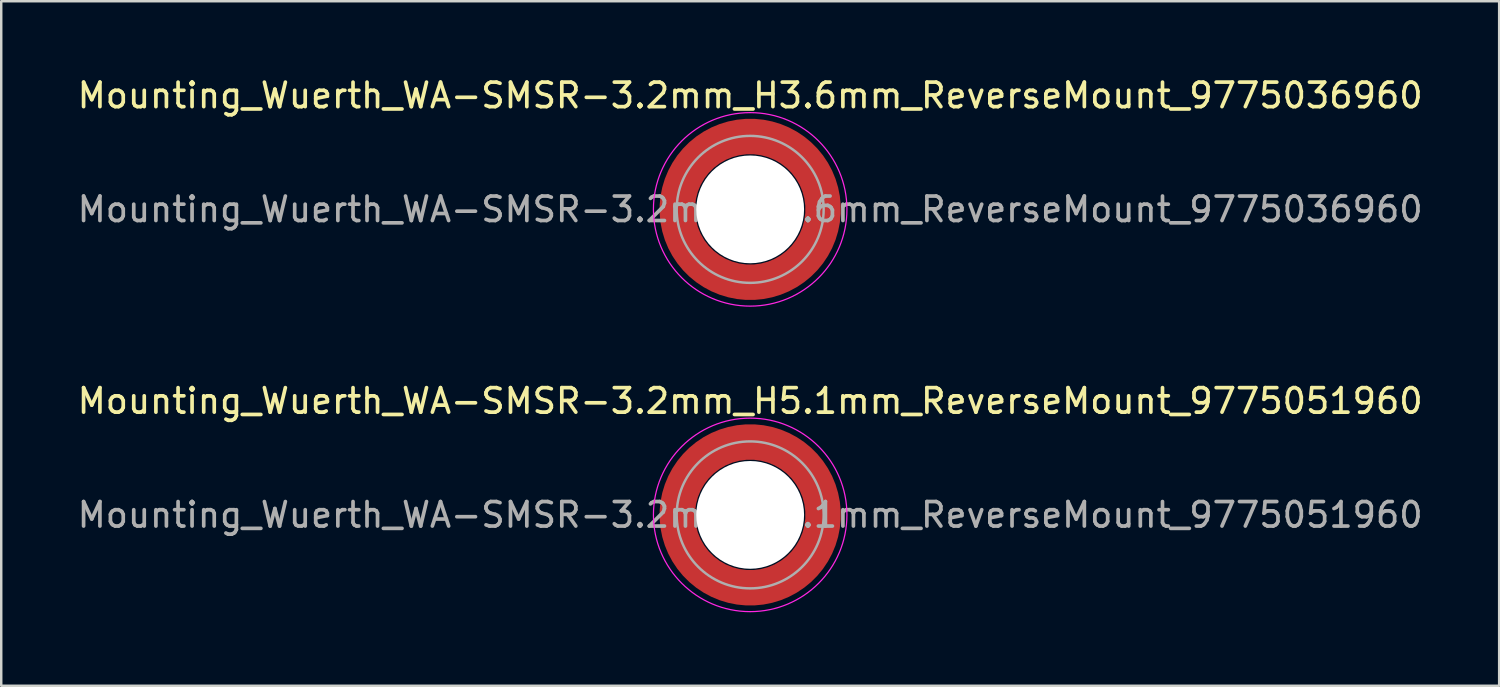
<source format=kicad_pcb>
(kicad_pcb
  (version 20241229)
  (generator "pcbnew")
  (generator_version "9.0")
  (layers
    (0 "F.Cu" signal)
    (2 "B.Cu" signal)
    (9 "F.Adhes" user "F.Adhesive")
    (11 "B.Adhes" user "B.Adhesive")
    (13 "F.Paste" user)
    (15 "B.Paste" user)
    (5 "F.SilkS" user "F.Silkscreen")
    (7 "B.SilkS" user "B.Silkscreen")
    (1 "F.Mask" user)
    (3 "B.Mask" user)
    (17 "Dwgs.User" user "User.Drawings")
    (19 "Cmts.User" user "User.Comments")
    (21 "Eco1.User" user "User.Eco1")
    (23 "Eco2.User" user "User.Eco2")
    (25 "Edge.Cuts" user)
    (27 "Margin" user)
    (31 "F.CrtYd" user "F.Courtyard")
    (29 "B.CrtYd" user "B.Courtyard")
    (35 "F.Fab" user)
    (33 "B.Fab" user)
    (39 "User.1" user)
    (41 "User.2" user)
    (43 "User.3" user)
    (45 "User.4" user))
  (footprint "Mounting_Wuerth_WA-SMSR-3.2mm_H3.6mm_ReverseMount_9775036960"
    (layer "F.Cu")
    (at 27.577 5.498)
    (property "Reference" "Mounting_Wuerth_WA-SMSR-3.2mm_H3.6mm_ReverseMount_9775036960" (at 0 -4.65 0) (layer "F.SilkS") (effects (font (size 1 1) (thickness 0.15))))
    (attr smd allow_soldermask_bridges)
    (fp_circle (center 0 0) (end 3.95 0) (stroke (width 0.05) (type solid)) (fill no) (layer "F.CrtYd"))
    (fp_circle (center 0 0) (end 3 0) (stroke (width 0.1) (type solid)) (fill no) (layer "F.Fab"))
    (fp_text user "${REFERENCE}" (at 0 0 0) (layer "F.Fab") (effects (font (size 1 1) (thickness 0.15))))
    (pad "" smd custom (at -2.095 -2.095) (size 0.672 0.672) (layers "F.Paste") (options (anchor circle)) (primitives (gr_arc (start -0.24231 1.594804) (mid 0.404819 0.404819) (end 1.594804 -0.24231) (width 0.2)) (gr_arc (start -0.3398 1.594804) (mid 0.337349 0.337349) (end 1.594804 -0.3398) (width 0.2)) (gr_arc (start -0.437132 1.594804) (mid 0.269879 0.269879) (end 1.594804 -0.437132) (width 0.2)) (gr_arc (start -0.534324 1.594804) (mid 0.202409 0.202409) (end 1.594804 -0.534324) (width 0.2)) (gr_arc (start -0.631391 1.594804) (mid 0.13494 0.13494) (end 1.594804 -0.631391) (width 0.2)) (gr_arc (start -0.728345 1.594804) (mid 0.06747 0.06747) (end 1.594804 -0.728345) (width 0.2)) (gr_arc (start -0.825197 1.594804) (mid 0 0) (end 1.594804 -0.825197) (width 0.2)) (gr_arc (start -0.921958 1.594804) (mid -0.06747 -0.06747) (end 1.594804 -0.921958) (width 0.2)) (gr_arc (start -1.018637 1.594804) (mid -0.13494 -0.13494) (end 1.594804 -1.018637) (width 0.2)) (gr_arc (start -1.115239 1.594804) (mid -0.202409 -0.202409) (end 1.594804 -1.115239) (width 0.2)) (gr_arc (start -1.211773 1.594804) (mid -0.269879 -0.269879) (end 1.594804 -1.211773) (width 0.2)) (gr_arc (start -1.308244 1.594804) (mid -0.337349 -0.337349) (end 1.594804 -1.308244) (width 0.2)) (gr_arc (start -1.404657 1.594804) (mid -0.404819 -0.404819) (end 1.594804 -1.404657) (width 0.2)) (gr_arc (start -1.404657 1.594804) (mid -0.404819 -0.404819) (end 1.594804 -1.404657) (width 0.2)) (gr_line (start 1.595 -0.242) (end 1.595 -1.405) (width 0.2)) (gr_line (start -0.242 1.595) (end -1.405 1.595) (width 0.2))))
    (pad "" smd custom (at -2.095 2.095) (size 0.672 0.672) (layers "F.Paste") (options (anchor circle)) (primitives (gr_arc (start 1.594804 0.24231) (mid 0.404819 -0.404819) (end -0.24231 -1.594804) (width 0.2)) (gr_arc (start 1.594804 0.3398) (mid 0.337349 -0.337349) (end -0.3398 -1.594804) (width 0.2)) (gr_arc (start 1.594804 0.437132) (mid 0.269879 -0.269879) (end -0.437132 -1.594804) (width 0.2)) (gr_arc (start 1.594804 0.534324) (mid 0.202409 -0.202409) (end -0.534324 -1.594804) (width 0.2)) (gr_arc (start 1.594804 0.631391) (mid 0.13494 -0.13494) (end -0.631391 -1.594804) (width 0.2)) (gr_arc (start 1.594804 0.728345) (mid 0.06747 -0.06747) (end -0.728345 -1.594804) (width 0.2)) (gr_arc (start 1.594804 0.825197) (mid 0 0) (end -0.825197 -1.594804) (width 0.2)) (gr_arc (start 1.594804 0.921958) (mid -0.06747 0.06747) (end -0.921958 -1.594804) (width 0.2)) (gr_arc (start 1.594804 1.018637) (mid -0.13494 0.13494) (end -1.018637 -1.594804) (width 0.2)) (gr_arc (start 1.594804 1.115239) (mid -0.202409 0.202409) (end -1.115239 -1.594804) (width 0.2)) (gr_arc (start 1.594804 1.211773) (mid -0.269879 0.269879) (end -1.211773 -1.594804) (width 0.2)) (gr_arc (start 1.594804 1.308244) (mid -0.337349 0.337349) (end -1.308244 -1.594804) (width 0.2)) (gr_arc (start 1.594804 1.404657) (mid -0.404819 0.404819) (end -1.404657 -1.594804) (width 0.2)) (gr_arc (start 1.594804 1.404657) (mid -0.404819 0.404819) (end -1.404657 -1.594804) (width 0.2)) (gr_line (start -0.242 -1.595) (end -1.405 -1.595) (width 0.2)) (gr_line (start 1.595 0.242) (end 1.595 1.405) (width 0.2))))
    (pad "" np_thru_hole circle (at 0 0) (size 4.4 4.4) (drill 4.4) (layers "*.Cu" "*.Mask"))
    (pad "" smd custom (at 2.095 -2.095) (size 0.672 0.672) (layers "F.Paste") (options (anchor circle)) (primitives (gr_arc (start -1.594804 -0.24231) (mid -0.404819 0.404819) (end 0.24231 1.594804) (width 0.2)) (gr_arc (start -1.594804 -0.3398) (mid -0.337349 0.337349) (end 0.3398 1.594804) (width 0.2)) (gr_arc (start -1.594804 -0.437132) (mid -0.269879 0.269879) (end 0.437132 1.594804) (width 0.2)) (gr_arc (start -1.594804 -0.534324) (mid -0.202409 0.202409) (end 0.534324 1.594804) (width 0.2)) (gr_arc (start -1.594804 -0.631391) (mid -0.13494 0.13494) (end 0.631391 1.594804) (width 0.2)) (gr_arc (start -1.594804 -0.728345) (mid -0.06747 0.06747) (end 0.728345 1.594804) (width 0.2)) (gr_arc (start -1.594804 -0.825197) (mid 0 0) (end 0.825197 1.594804) (width 0.2)) (gr_arc (start -1.594804 -0.921958) (mid 0.06747 -0.06747) (end 0.921958 1.594804) (width 0.2)) (gr_arc (start -1.594804 -1.018637) (mid 0.13494 -0.13494) (end 1.018637 1.594804) (width 0.2)) (gr_arc (start -1.594804 -1.115239) (mid 0.202409 -0.202409) (end 1.115239 1.594804) (width 0.2)) (gr_arc (start -1.594804 -1.211773) (mid 0.269879 -0.269879) (end 1.211773 1.594804) (width 0.2)) (gr_arc (start -1.594804 -1.308244) (mid 0.337349 -0.337349) (end 1.308244 1.594804) (width 0.2)) (gr_arc (start -1.594804 -1.404657) (mid 0.404819 -0.404819) (end 1.404657 1.594804) (width 0.2)) (gr_arc (start -1.594804 -1.404657) (mid 0.404819 -0.404819) (end 1.404657 1.594804) (width 0.2)) (gr_line (start 0.242 1.595) (end 1.405 1.595) (width 0.2)) (gr_line (start -1.595 -0.242) (end -1.595 -1.405) (width 0.2))))
    (pad "" smd custom (at 2.095 2.095) (size 0.672 0.672) (layers "F.Paste") (options (anchor circle)) (primitives (gr_arc (start 0.24231 -1.594804) (mid -0.404819 -0.404819) (end -1.594804 0.24231) (width 0.2)) (gr_arc (start 0.3398 -1.594804) (mid -0.337349 -0.337349) (end -1.594804 0.3398) (width 0.2)) (gr_arc (start 0.437132 -1.594804) (mid -0.269879 -0.269879) (end -1.594804 0.437132) (width 0.2)) (gr_arc (start 0.534324 -1.594804) (mid -0.202409 -0.202409) (end -1.594804 0.534324) (width 0.2)) (gr_arc (start 0.631391 -1.594804) (mid -0.13494 -0.13494) (end -1.594804 0.631391) (width 0.2)) (gr_arc (start 0.728345 -1.594804) (mid -0.06747 -0.06747) (end -1.594804 0.728345) (width 0.2)) (gr_arc (start 0.825197 -1.594804) (mid 0 0) (end -1.594804 0.825197) (width 0.2)) (gr_arc (start 0.921958 -1.594804) (mid 0.06747 0.06747) (end -1.594804 0.921958) (width 0.2)) (gr_arc (start 1.018637 -1.594804) (mid 0.13494 0.13494) (end -1.594804 1.018637) (width 0.2)) (gr_arc (start 1.115239 -1.594804) (mid 0.202409 0.202409) (end -1.594804 1.115239) (width 0.2)) (gr_arc (start 1.211773 -1.594804) (mid 0.269879 0.269879) (end -1.594804 1.211773) (width 0.2)) (gr_arc (start 1.308244 -1.594804) (mid 0.337349 0.337349) (end -1.594804 1.308244) (width 0.2)) (gr_arc (start 1.404657 -1.594804) (mid 0.404819 0.404819) (end -1.594804 1.404657) (width 0.2)) (gr_arc (start 1.404657 -1.594804) (mid 0.404819 0.404819) (end -1.594804 1.404657) (width 0.2)) (gr_line (start -1.595 0.242) (end -1.595 1.405) (width 0.2)) (gr_line (start 0.242 -1.595) (end 1.405 -1.595) (width 0.2))))
    (pad "1" smd circle (at -2.975 0) (size 0.942 0.942) (layers "F.Cu"))
    (pad "1" smd circle (at 0 -2.975) (size 0.942 0.942) (layers "F.Cu"))
    (pad "1" smd circle (at 0 2.975) (size 0.942 0.942) (layers "F.Cu"))
    (pad "1" smd custom (at 2.975 0) (size 1.45 1.45) (layers "F.Cu" "F.Mask") (options (anchor circle)) (primitives (gr_circle (center -2.975 0) (end 0 0) (width 1.45) (fill no)))))
  (footprint "Mounting_Wuerth_WA-SMSR-3.2mm_H5.1mm_ReverseMount_9775051960"
    (layer "F.Cu")
    (at 27.577 17.971)
    (property "Reference" "Mounting_Wuerth_WA-SMSR-3.2mm_H5.1mm_ReverseMount_9775051960" (at 0 -4.65 0) (layer "F.SilkS") (effects (font (size 1 1) (thickness 0.15))))
    (attr smd allow_soldermask_bridges)
    (fp_circle (center 0 0) (end 3.95 0) (stroke (width 0.05) (type solid)) (fill no) (layer "F.CrtYd"))
    (fp_circle (center 0 0) (end 3 0) (stroke (width 0.1) (type solid)) (fill no) (layer "F.Fab"))
    (fp_text user "${REFERENCE}" (at 0 0 0) (layer "F.Fab") (effects (font (size 1 1) (thickness 0.15))))
    (pad "" smd custom (at -2.095 -2.095) (size 0.672 0.672) (layers "F.Paste") (options (anchor circle)) (primitives (gr_arc (start -0.24231 1.594804) (mid 0.404819 0.404819) (end 1.594804 -0.24231) (width 0.2)) (gr_arc (start -0.3398 1.594804) (mid 0.337349 0.337349) (end 1.594804 -0.3398) (width 0.2)) (gr_arc (start -0.437132 1.594804) (mid 0.269879 0.269879) (end 1.594804 -0.437132) (width 0.2)) (gr_arc (start -0.534324 1.594804) (mid 0.202409 0.202409) (end 1.594804 -0.534324) (width 0.2)) (gr_arc (start -0.631391 1.594804) (mid 0.13494 0.13494) (end 1.594804 -0.631391) (width 0.2)) (gr_arc (start -0.728345 1.594804) (mid 0.06747 0.06747) (end 1.594804 -0.728345) (width 0.2)) (gr_arc (start -0.825197 1.594804) (mid 0 0) (end 1.594804 -0.825197) (width 0.2)) (gr_arc (start -0.921958 1.594804) (mid -0.06747 -0.06747) (end 1.594804 -0.921958) (width 0.2)) (gr_arc (start -1.018637 1.594804) (mid -0.13494 -0.13494) (end 1.594804 -1.018637) (width 0.2)) (gr_arc (start -1.115239 1.594804) (mid -0.202409 -0.202409) (end 1.594804 -1.115239) (width 0.2)) (gr_arc (start -1.211773 1.594804) (mid -0.269879 -0.269879) (end 1.594804 -1.211773) (width 0.2)) (gr_arc (start -1.308244 1.594804) (mid -0.337349 -0.337349) (end 1.594804 -1.308244) (width 0.2)) (gr_arc (start -1.404657 1.594804) (mid -0.404819 -0.404819) (end 1.594804 -1.404657) (width 0.2)) (gr_arc (start -1.404657 1.594804) (mid -0.404819 -0.404819) (end 1.594804 -1.404657) (width 0.2)) (gr_line (start 1.595 -0.242) (end 1.595 -1.405) (width 0.2)) (gr_line (start -0.242 1.595) (end -1.405 1.595) (width 0.2))))
    (pad "" smd custom (at -2.095 2.095) (size 0.672 0.672) (layers "F.Paste") (options (anchor circle)) (primitives (gr_arc (start 1.594804 0.24231) (mid 0.404819 -0.404819) (end -0.24231 -1.594804) (width 0.2)) (gr_arc (start 1.594804 0.3398) (mid 0.337349 -0.337349) (end -0.3398 -1.594804) (width 0.2)) (gr_arc (start 1.594804 0.437132) (mid 0.269879 -0.269879) (end -0.437132 -1.594804) (width 0.2)) (gr_arc (start 1.594804 0.534324) (mid 0.202409 -0.202409) (end -0.534324 -1.594804) (width 0.2)) (gr_arc (start 1.594804 0.631391) (mid 0.13494 -0.13494) (end -0.631391 -1.594804) (width 0.2)) (gr_arc (start 1.594804 0.728345) (mid 0.06747 -0.06747) (end -0.728345 -1.594804) (width 0.2)) (gr_arc (start 1.594804 0.825197) (mid 0 0) (end -0.825197 -1.594804) (width 0.2)) (gr_arc (start 1.594804 0.921958) (mid -0.06747 0.06747) (end -0.921958 -1.594804) (width 0.2)) (gr_arc (start 1.594804 1.018637) (mid -0.13494 0.13494) (end -1.018637 -1.594804) (width 0.2)) (gr_arc (start 1.594804 1.115239) (mid -0.202409 0.202409) (end -1.115239 -1.594804) (width 0.2)) (gr_arc (start 1.594804 1.211773) (mid -0.269879 0.269879) (end -1.211773 -1.594804) (width 0.2)) (gr_arc (start 1.594804 1.308244) (mid -0.337349 0.337349) (end -1.308244 -1.594804) (width 0.2)) (gr_arc (start 1.594804 1.404657) (mid -0.404819 0.404819) (end -1.404657 -1.594804) (width 0.2)) (gr_arc (start 1.594804 1.404657) (mid -0.404819 0.404819) (end -1.404657 -1.594804) (width 0.2)) (gr_line (start -0.242 -1.595) (end -1.405 -1.595) (width 0.2)) (gr_line (start 1.595 0.242) (end 1.595 1.405) (width 0.2))))
    (pad "" np_thru_hole circle (at 0 0) (size 4.4 4.4) (drill 4.4) (layers "*.Cu" "*.Mask"))
    (pad "" smd custom (at 2.095 -2.095) (size 0.672 0.672) (layers "F.Paste") (options (anchor circle)) (primitives (gr_arc (start -1.594804 -0.24231) (mid -0.404819 0.404819) (end 0.24231 1.594804) (width 0.2)) (gr_arc (start -1.594804 -0.3398) (mid -0.337349 0.337349) (end 0.3398 1.594804) (width 0.2)) (gr_arc (start -1.594804 -0.437132) (mid -0.269879 0.269879) (end 0.437132 1.594804) (width 0.2)) (gr_arc (start -1.594804 -0.534324) (mid -0.202409 0.202409) (end 0.534324 1.594804) (width 0.2)) (gr_arc (start -1.594804 -0.631391) (mid -0.13494 0.13494) (end 0.631391 1.594804) (width 0.2)) (gr_arc (start -1.594804 -0.728345) (mid -0.06747 0.06747) (end 0.728345 1.594804) (width 0.2)) (gr_arc (start -1.594804 -0.825197) (mid 0 0) (end 0.825197 1.594804) (width 0.2)) (gr_arc (start -1.594804 -0.921958) (mid 0.06747 -0.06747) (end 0.921958 1.594804) (width 0.2)) (gr_arc (start -1.594804 -1.018637) (mid 0.13494 -0.13494) (end 1.018637 1.594804) (width 0.2)) (gr_arc (start -1.594804 -1.115239) (mid 0.202409 -0.202409) (end 1.115239 1.594804) (width 0.2)) (gr_arc (start -1.594804 -1.211773) (mid 0.269879 -0.269879) (end 1.211773 1.594804) (width 0.2)) (gr_arc (start -1.594804 -1.308244) (mid 0.337349 -0.337349) (end 1.308244 1.594804) (width 0.2)) (gr_arc (start -1.594804 -1.404657) (mid 0.404819 -0.404819) (end 1.404657 1.594804) (width 0.2)) (gr_arc (start -1.594804 -1.404657) (mid 0.404819 -0.404819) (end 1.404657 1.594804) (width 0.2)) (gr_line (start 0.242 1.595) (end 1.405 1.595) (width 0.2)) (gr_line (start -1.595 -0.242) (end -1.595 -1.405) (width 0.2))))
    (pad "" smd custom (at 2.095 2.095) (size 0.672 0.672) (layers "F.Paste") (options (anchor circle)) (primitives (gr_arc (start 0.24231 -1.594804) (mid -0.404819 -0.404819) (end -1.594804 0.24231) (width 0.2)) (gr_arc (start 0.3398 -1.594804) (mid -0.337349 -0.337349) (end -1.594804 0.3398) (width 0.2)) (gr_arc (start 0.437132 -1.594804) (mid -0.269879 -0.269879) (end -1.594804 0.437132) (width 0.2)) (gr_arc (start 0.534324 -1.594804) (mid -0.202409 -0.202409) (end -1.594804 0.534324) (width 0.2)) (gr_arc (start 0.631391 -1.594804) (mid -0.13494 -0.13494) (end -1.594804 0.631391) (width 0.2)) (gr_arc (start 0.728345 -1.594804) (mid -0.06747 -0.06747) (end -1.594804 0.728345) (width 0.2)) (gr_arc (start 0.825197 -1.594804) (mid 0 0) (end -1.594804 0.825197) (width 0.2)) (gr_arc (start 0.921958 -1.594804) (mid 0.06747 0.06747) (end -1.594804 0.921958) (width 0.2)) (gr_arc (start 1.018637 -1.594804) (mid 0.13494 0.13494) (end -1.594804 1.018637) (width 0.2)) (gr_arc (start 1.115239 -1.594804) (mid 0.202409 0.202409) (end -1.594804 1.115239) (width 0.2)) (gr_arc (start 1.211773 -1.594804) (mid 0.269879 0.269879) (end -1.594804 1.211773) (width 0.2)) (gr_arc (start 1.308244 -1.594804) (mid 0.337349 0.337349) (end -1.594804 1.308244) (width 0.2)) (gr_arc (start 1.404657 -1.594804) (mid 0.404819 0.404819) (end -1.594804 1.404657) (width 0.2)) (gr_arc (start 1.404657 -1.594804) (mid 0.404819 0.404819) (end -1.594804 1.404657) (width 0.2)) (gr_line (start -1.595 0.242) (end -1.595 1.405) (width 0.2)) (gr_line (start 0.242 -1.595) (end 1.405 -1.595) (width 0.2))))
    (pad "1" smd circle (at -2.975 0) (size 0.942 0.942) (layers "F.Cu"))
    (pad "1" smd circle (at 0 -2.975) (size 0.942 0.942) (layers "F.Cu"))
    (pad "1" smd circle (at 0 2.975) (size 0.942 0.942) (layers "F.Cu"))
    (pad "1" smd custom (at 2.975 0) (size 1.45 1.45) (layers "F.Cu" "F.Mask") (options (anchor circle)) (primitives (gr_circle (center -2.975 0) (end 0 0) (width 1.45) (fill no)))))
  (gr_rect
    (start -3 -3)
    (end 58.155 24.947)
    (stroke (width 0.1) (type default))
    (fill no)
    (layer "Edge.Cuts")))
</source>
